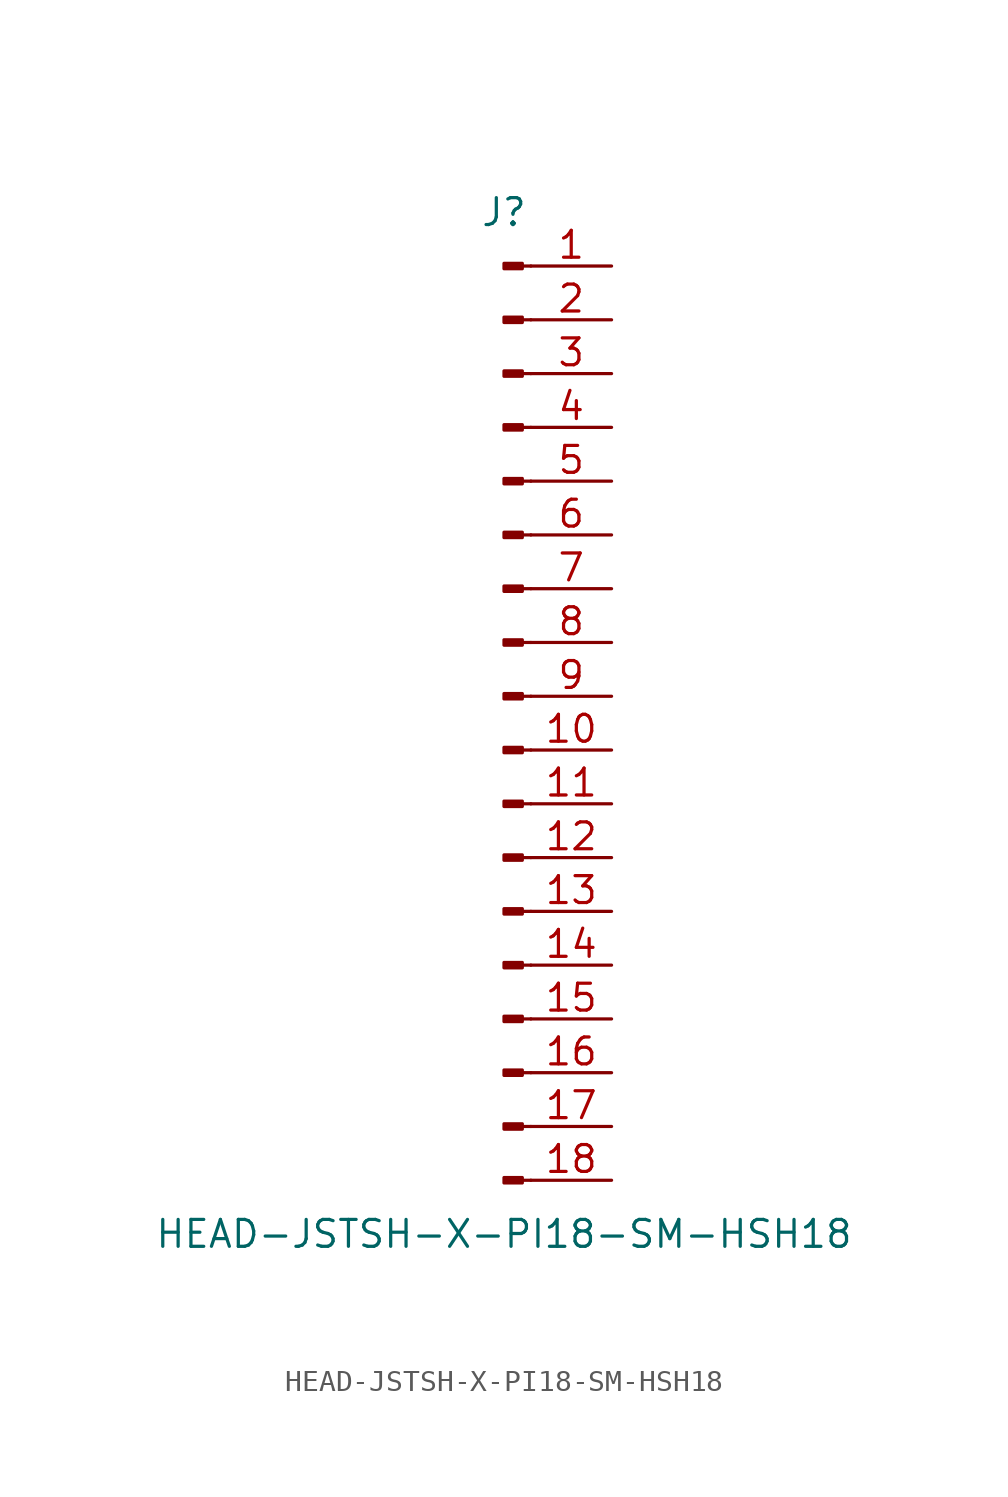
<source format=kicad_sym>
(kicad_symbol_lib
  (version 20211014)
  (generator kicad_symbol_editor)
  (symbol "HEAD-JSTSH-X-PI18-SM-HSH18"
    (pin_names
      (offset 1.016) hide)
    (property "Reference" "J"
      (at 0 22.86 0)
      (effects (font (size 1.27 1.27))))
    (property "Value" "HEAD-JSTSH-X-PI18-SM-HSH18"
      (at 0 -25.4 0)
      (effects (font (size 1.27 1.27))))
    (symbol "HEAD-JSTSH-X-PI18-SM-HSH18_1_1"
      (polyline (pts (xy 1.27 -22.86) (xy 0.864 -22.86)) (stroke (width 0.152) (type default) (color 0 0 0 0)) (fill (type none)))
      (polyline (pts (xy 1.27 -20.32) (xy 0.864 -20.32)) (stroke (width 0.152) (type default) (color 0 0 0 0)) (fill (type none)))
      (polyline (pts (xy 1.27 -17.78) (xy 0.864 -17.78)) (stroke (width 0.152) (type default) (color 0 0 0 0)) (fill (type none)))
      (polyline (pts (xy 1.27 -15.24) (xy 0.864 -15.24)) (stroke (width 0.152) (type default) (color 0 0 0 0)) (fill (type none)))
      (polyline (pts (xy 1.27 -12.7) (xy 0.864 -12.7)) (stroke (width 0.152) (type default) (color 0 0 0 0)) (fill (type none)))
      (polyline (pts (xy 1.27 -10.16) (xy 0.864 -10.16)) (stroke (width 0.152) (type default) (color 0 0 0 0)) (fill (type none)))
      (polyline (pts (xy 1.27 -7.62) (xy 0.864 -7.62)) (stroke (width 0.152) (type default) (color 0 0 0 0)) (fill (type none)))
      (polyline (pts (xy 1.27 -5.08) (xy 0.864 -5.08)) (stroke (width 0.152) (type default) (color 0 0 0 0)) (fill (type none)))
      (polyline (pts (xy 1.27 -2.54) (xy 0.864 -2.54)) (stroke (width 0.152) (type default) (color 0 0 0 0)) (fill (type none)))
      (polyline (pts (xy 1.27 0) (xy 0.864 0)) (stroke (width 0.152) (type default) (color 0 0 0 0)) (fill (type none)))
      (polyline (pts (xy 1.27 2.54) (xy 0.864 2.54)) (stroke (width 0.152) (type default) (color 0 0 0 0)) (fill (type none)))
      (polyline (pts (xy 1.27 5.08) (xy 0.864 5.08)) (stroke (width 0.152) (type default) (color 0 0 0 0)) (fill (type none)))
      (polyline (pts (xy 1.27 7.62) (xy 0.864 7.62)) (stroke (width 0.152) (type default) (color 0 0 0 0)) (fill (type none)))
      (polyline (pts (xy 1.27 10.16) (xy 0.864 10.16)) (stroke (width 0.152) (type default) (color 0 0 0 0)) (fill (type none)))
      (polyline (pts (xy 1.27 12.7) (xy 0.864 12.7)) (stroke (width 0.152) (type default) (color 0 0 0 0)) (fill (type none)))
      (polyline (pts (xy 1.27 15.24) (xy 0.864 15.24)) (stroke (width 0.152) (type default) (color 0 0 0 0)) (fill (type none)))
      (polyline (pts (xy 1.27 17.78) (xy 0.864 17.78)) (stroke (width 0.152) (type default) (color 0 0 0 0)) (fill (type none)))
      (polyline (pts (xy 1.27 20.32) (xy 0.864 20.32)) (stroke (width 0.152) (type default) (color 0 0 0 0)) (fill (type none)))
      (rectangle (start 0.864 -22.733) (end 0 -22.987) (stroke (width 0.152) (type default) (color 0 0 0 0)) (fill (type outline)))
      (rectangle (start 0.864 -20.193) (end 0 -20.447) (stroke (width 0.152) (type default) (color 0 0 0 0)) (fill (type outline)))
      (rectangle (start 0.864 -17.653) (end 0 -17.907) (stroke (width 0.152) (type default) (color 0 0 0 0)) (fill (type outline)))
      (rectangle (start 0.864 -15.113) (end 0 -15.367) (stroke (width 0.152) (type default) (color 0 0 0 0)) (fill (type outline)))
      (rectangle (start 0.864 -12.573) (end 0 -12.827) (stroke (width 0.152) (type default) (color 0 0 0 0)) (fill (type outline)))
      (rectangle (start 0.864 -10.033) (end 0 -10.287) (stroke (width 0.152) (type default) (color 0 0 0 0)) (fill (type outline)))
      (rectangle (start 0.864 -7.493) (end 0 -7.747) (stroke (width 0.152) (type default) (color 0 0 0 0)) (fill (type outline)))
      (rectangle (start 0.864 -4.953) (end 0 -5.207) (stroke (width 0.152) (type default) (color 0 0 0 0)) (fill (type outline)))
      (rectangle (start 0.864 -2.413) (end 0 -2.667) (stroke (width 0.152) (type default) (color 0 0 0 0)) (fill (type outline)))
      (rectangle (start 0.864 0.127) (end 0 -0.127) (stroke (width 0.152) (type default) (color 0 0 0 0)) (fill (type outline)))
      (rectangle (start 0.864 2.667) (end 0 2.413) (stroke (width 0.152) (type default) (color 0 0 0 0)) (fill (type outline)))
      (rectangle (start 0.864 5.207) (end 0 4.953) (stroke (width 0.152) (type default) (color 0 0 0 0)) (fill (type outline)))
      (rectangle (start 0.864 7.747) (end 0 7.493) (stroke (width 0.152) (type default) (color 0 0 0 0)) (fill (type outline)))
      (rectangle (start 0.864 10.287) (end 0 10.033) (stroke (width 0.152) (type default) (color 0 0 0 0)) (fill (type outline)))
      (rectangle (start 0.864 12.827) (end 0 12.573) (stroke (width 0.152) (type default) (color 0 0 0 0)) (fill (type outline)))
      (rectangle (start 0.864 15.367) (end 0 15.113) (stroke (width 0.152) (type default) (color 0 0 0 0)) (fill (type outline)))
      (rectangle (start 0.864 17.907) (end 0 17.653) (stroke (width 0.152) (type default) (color 0 0 0 0)) (fill (type outline)))
      (rectangle (start 0.864 20.447) (end 0 20.193) (stroke (width 0.152) (type default) (color 0 0 0 0)) (fill (type outline)))
      (pin passive line (at 5.08 20.32 180) (length 3.81) (name "Pin_1" (effects (font (size 1.27 1.27)))) (number "1" (effects (font (size 1.27 1.27)))))
      (pin passive line (at 5.08 -2.54 180) (length 3.81) (name "Pin_10" (effects (font (size 1.27 1.27)))) (number "10" (effects (font (size 1.27 1.27)))))
      (pin passive line (at 5.08 -5.08 180) (length 3.81) (name "Pin_11" (effects (font (size 1.27 1.27)))) (number "11" (effects (font (size 1.27 1.27)))))
      (pin passive line (at 5.08 -7.62 180) (length 3.81) (name "Pin_12" (effects (font (size 1.27 1.27)))) (number "12" (effects (font (size 1.27 1.27)))))
      (pin passive line (at 5.08 -10.16 180) (length 3.81) (name "Pin_13" (effects (font (size 1.27 1.27)))) (number "13" (effects (font (size 1.27 1.27)))))
      (pin passive line (at 5.08 -12.7 180) (length 3.81) (name "Pin_14" (effects (font (size 1.27 1.27)))) (number "14" (effects (font (size 1.27 1.27)))))
      (pin passive line (at 5.08 -15.24 180) (length 3.81) (name "Pin_15" (effects (font (size 1.27 1.27)))) (number "15" (effects (font (size 1.27 1.27)))))
      (pin passive line (at 5.08 -17.78 180) (length 3.81) (name "Pin_16" (effects (font (size 1.27 1.27)))) (number "16" (effects (font (size 1.27 1.27)))))
      (pin passive line (at 5.08 -20.32 180) (length 3.81) (name "Pin_17" (effects (font (size 1.27 1.27)))) (number "17" (effects (font (size 1.27 1.27)))))
      (pin passive line (at 5.08 -22.86 180) (length 3.81) (name "Pin_18" (effects (font (size 1.27 1.27)))) (number "18" (effects (font (size 1.27 1.27)))))
      (pin passive line (at 5.08 17.78 180) (length 3.81) (name "Pin_2" (effects (font (size 1.27 1.27)))) (number "2" (effects (font (size 1.27 1.27)))))
      (pin passive line (at 5.08 15.24 180) (length 3.81) (name "Pin_3" (effects (font (size 1.27 1.27)))) (number "3" (effects (font (size 1.27 1.27)))))
      (pin passive line (at 5.08 12.7 180) (length 3.81) (name "Pin_4" (effects (font (size 1.27 1.27)))) (number "4" (effects (font (size 1.27 1.27)))))
      (pin passive line (at 5.08 10.16 180) (length 3.81) (name "Pin_5" (effects (font (size 1.27 1.27)))) (number "5" (effects (font (size 1.27 1.27)))))
      (pin passive line (at 5.08 7.62 180) (length 3.81) (name "Pin_6" (effects (font (size 1.27 1.27)))) (number "6" (effects (font (size 1.27 1.27)))))
      (pin passive line (at 5.08 5.08 180) (length 3.81) (name "Pin_7" (effects (font (size 1.27 1.27)))) (number "7" (effects (font (size 1.27 1.27)))))
      (pin passive line (at 5.08 2.54 180) (length 3.81) (name "Pin_8" (effects (font (size 1.27 1.27)))) (number "8" (effects (font (size 1.27 1.27)))))
      (pin passive line (at 5.08 0 180) (length 3.81) (name "Pin_9" (effects (font (size 1.27 1.27)))) (number "9" (effects (font (size 1.27 1.27))))))))
</source>
